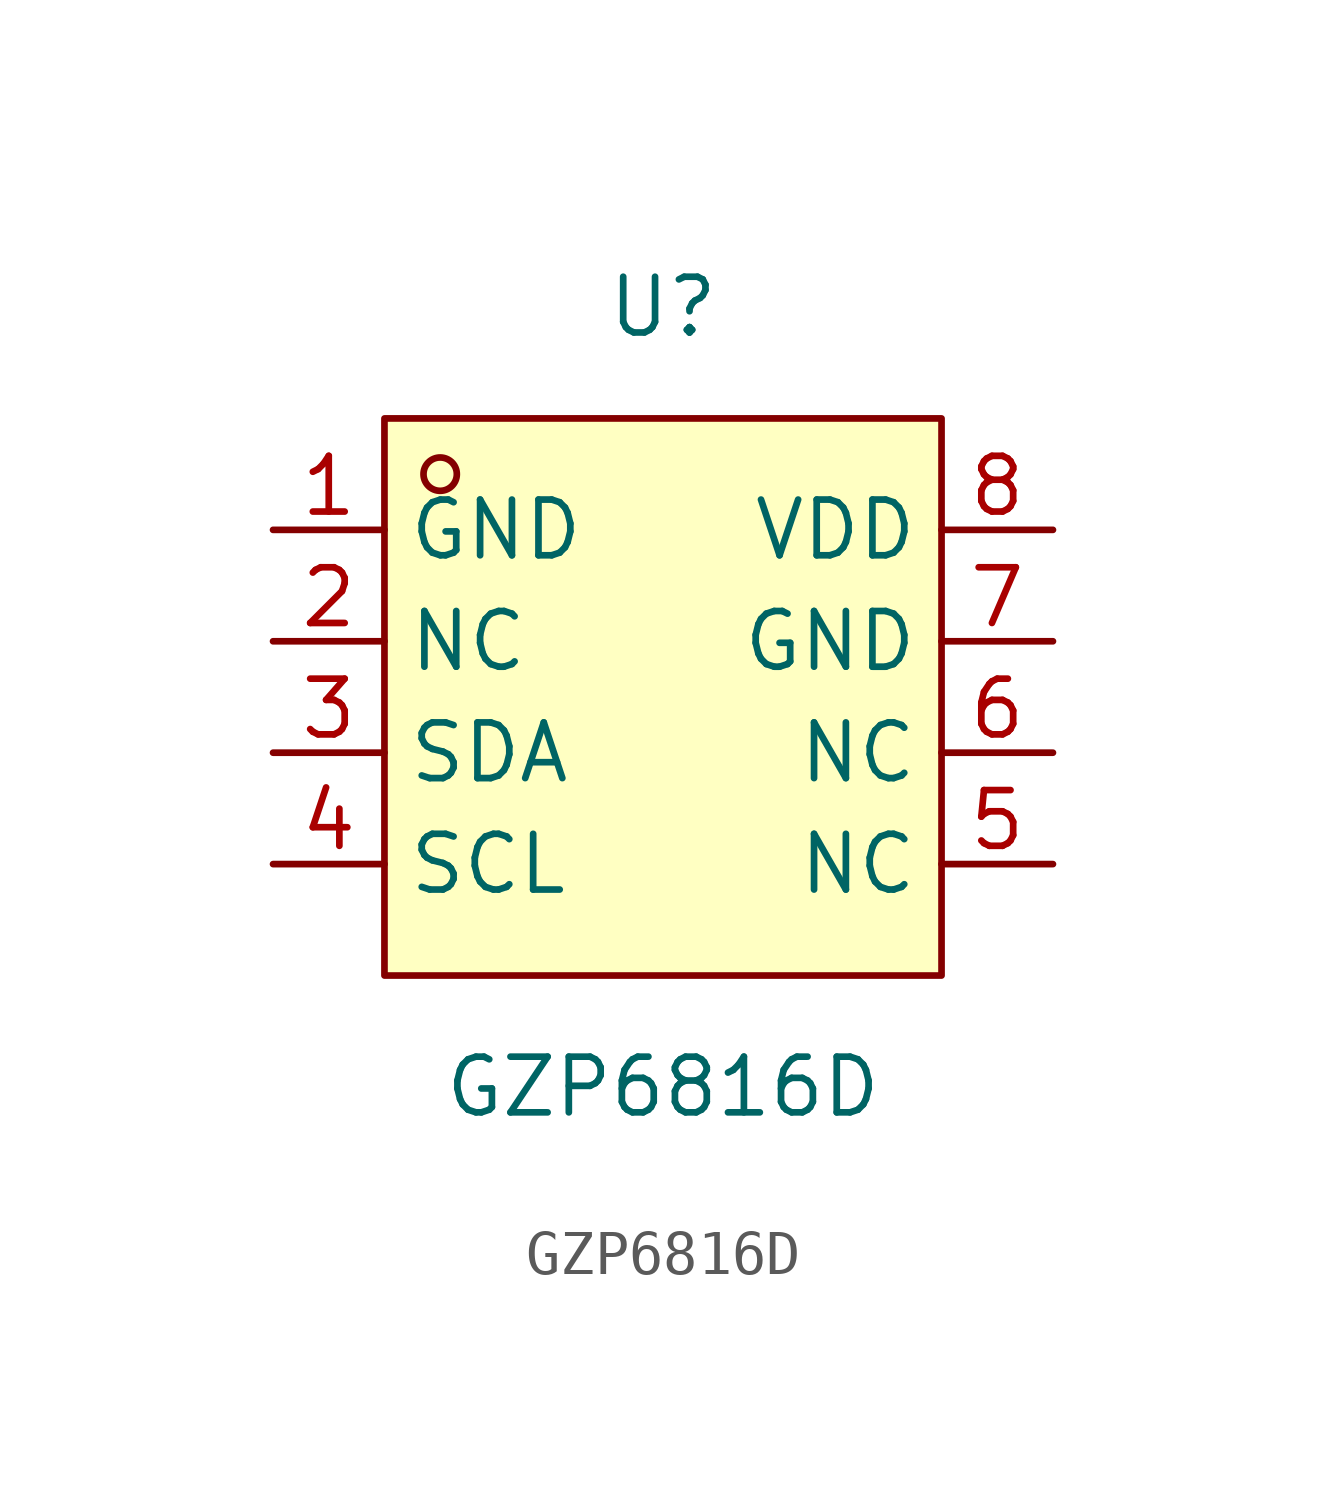
<source format=kicad_sym>
(kicad_symbol_lib
  (version 20211014)
  (generator https://github.com/uPesy/easyeda2kicad.py)
  (symbol "GZP6816D"
    (property "Reference" "U"
      (at 0 8.89 0)
      (effects (font (size 1.27 1.27))))
    (property "Value" "GZP6816D"
      (at 0 -8.89 0)
      (effects (font (size 1.27 1.27))))
    (symbol "GZP6816D_0_1"
      (rectangle (start -6.35 6.35) (end 6.35 -6.35) (stroke (width 0) (type default) (color 0 0 0 0)) (fill (type background)))
      (circle (center -5.08 5.08) (radius 0.38) (stroke (width 0) (type default) (color 0 0 0 0)) (fill (type none)))
      (pin unspecified line (at -8.89 3.81 0) (length 2.54) (name "GND" (effects (font (size 1.27 1.27)))) (number "1" (effects (font (size 1.27 1.27)))))
      (pin unspecified line (at -8.89 1.27 0) (length 2.54) (name "NC" (effects (font (size 1.27 1.27)))) (number "2" (effects (font (size 1.27 1.27)))))
      (pin unspecified line (at -8.89 -1.27 0) (length 2.54) (name "SDA" (effects (font (size 1.27 1.27)))) (number "3" (effects (font (size 1.27 1.27)))))
      (pin unspecified line (at -8.89 -3.81 0) (length 2.54) (name "SCL" (effects (font (size 1.27 1.27)))) (number "4" (effects (font (size 1.27 1.27)))))
      (pin unspecified line (at 8.89 -3.81 180) (length 2.54) (name "NC" (effects (font (size 1.27 1.27)))) (number "5" (effects (font (size 1.27 1.27)))))
      (pin unspecified line (at 8.89 -1.27 180) (length 2.54) (name "NC" (effects (font (size 1.27 1.27)))) (number "6" (effects (font (size 1.27 1.27)))))
      (pin unspecified line (at 8.89 1.27 180) (length 2.54) (name "GND" (effects (font (size 1.27 1.27)))) (number "7" (effects (font (size 1.27 1.27)))))
      (pin unspecified line (at 8.89 3.81 180) (length 2.54) (name "VDD" (effects (font (size 1.27 1.27)))) (number "8" (effects (font (size 1.27 1.27))))))))
</source>
